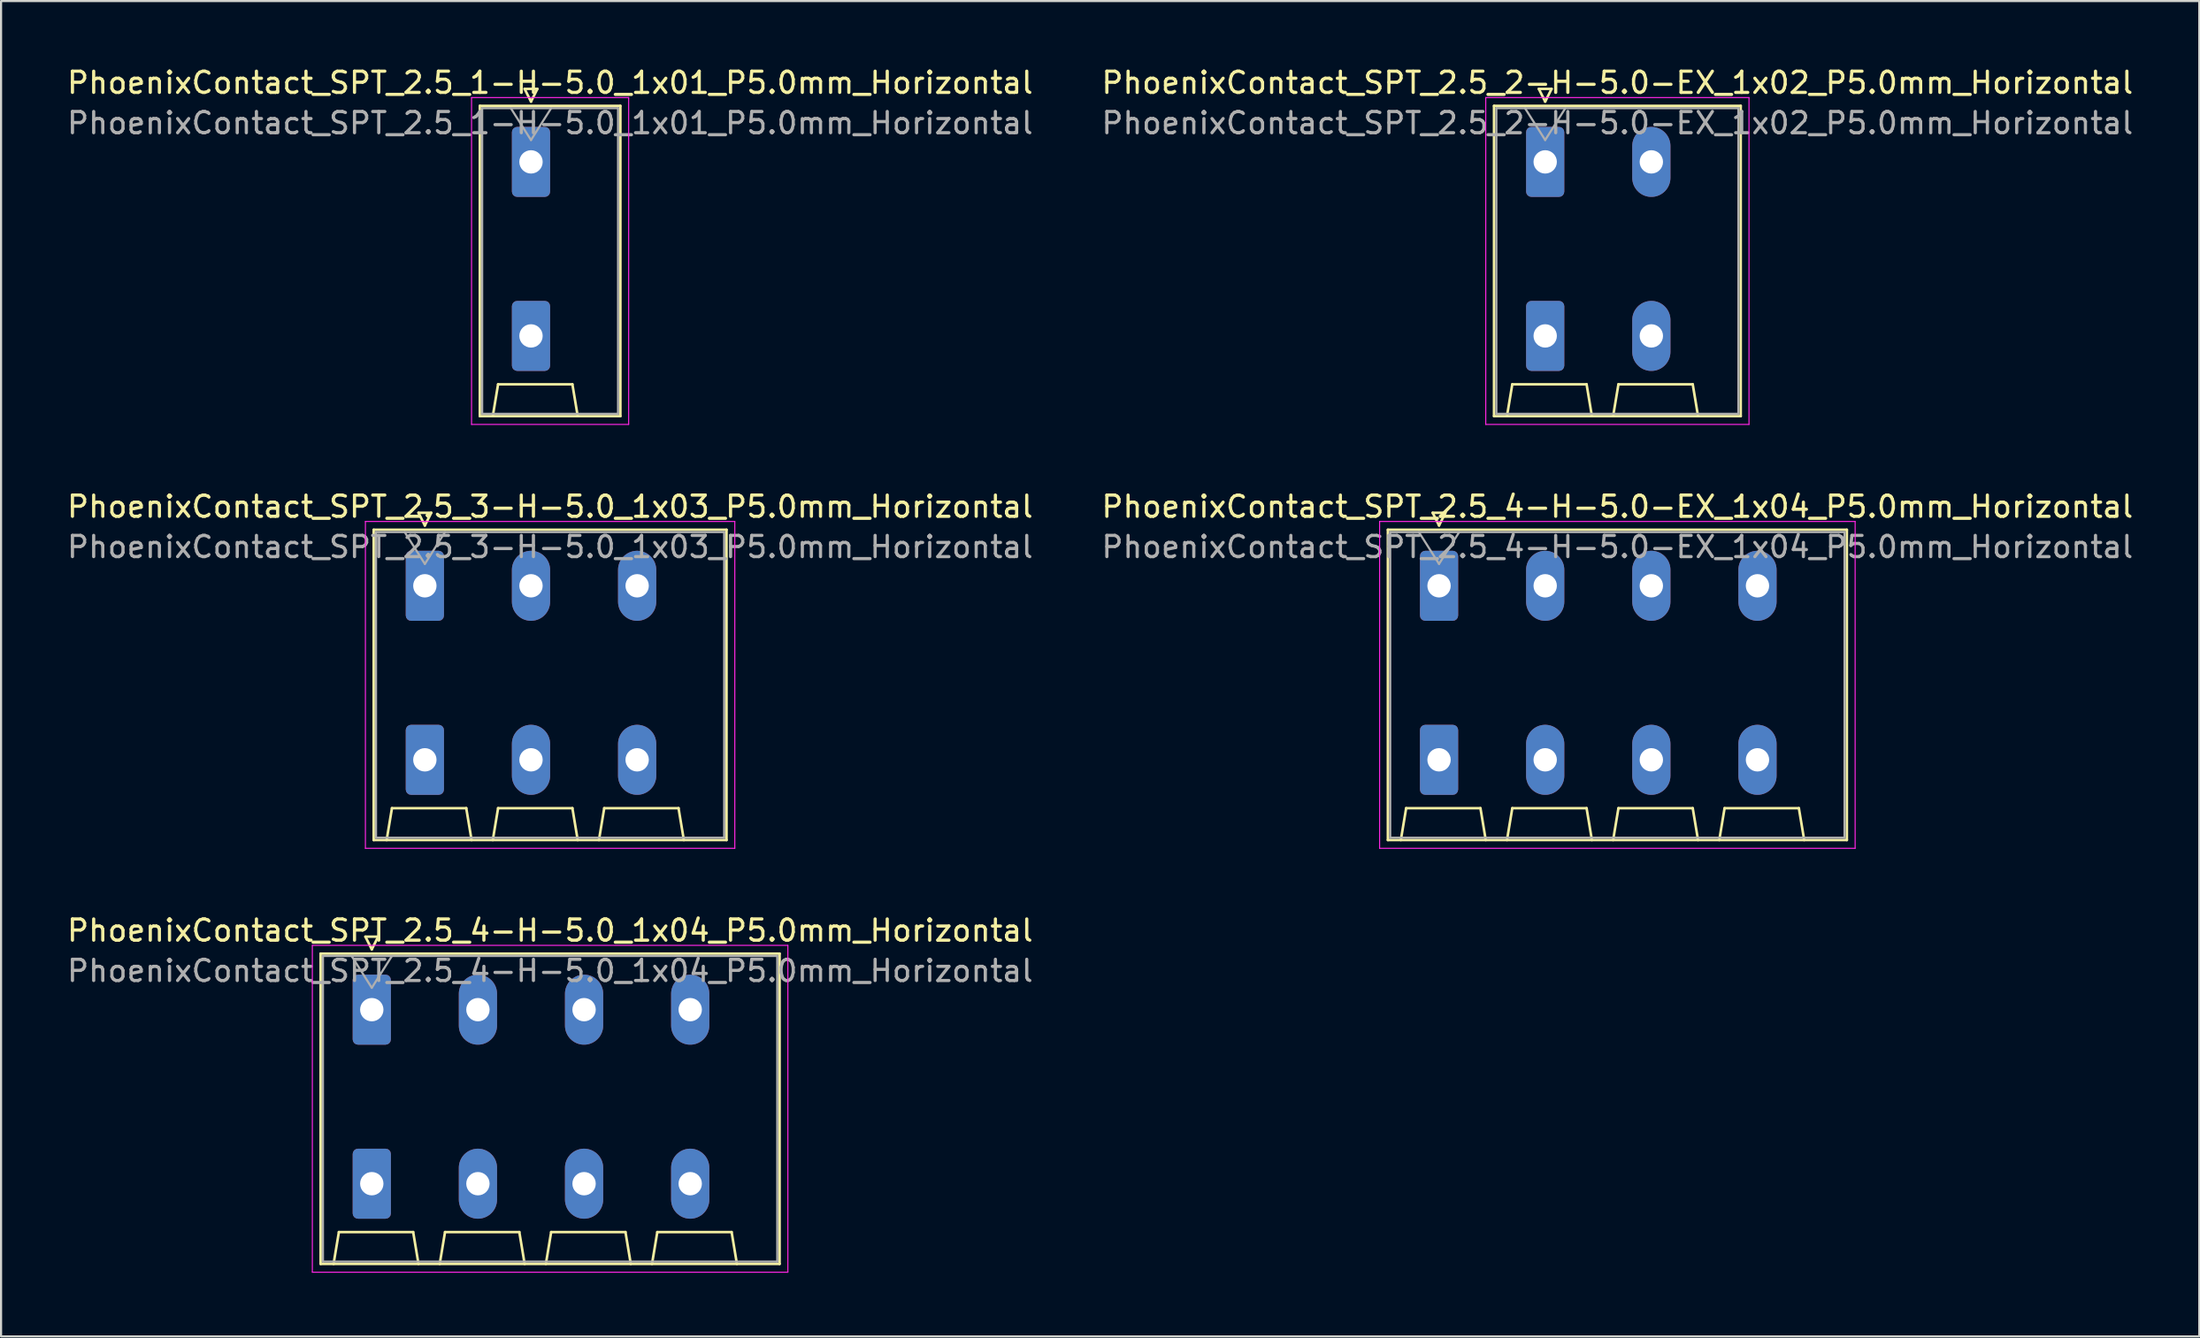
<source format=kicad_pcb>
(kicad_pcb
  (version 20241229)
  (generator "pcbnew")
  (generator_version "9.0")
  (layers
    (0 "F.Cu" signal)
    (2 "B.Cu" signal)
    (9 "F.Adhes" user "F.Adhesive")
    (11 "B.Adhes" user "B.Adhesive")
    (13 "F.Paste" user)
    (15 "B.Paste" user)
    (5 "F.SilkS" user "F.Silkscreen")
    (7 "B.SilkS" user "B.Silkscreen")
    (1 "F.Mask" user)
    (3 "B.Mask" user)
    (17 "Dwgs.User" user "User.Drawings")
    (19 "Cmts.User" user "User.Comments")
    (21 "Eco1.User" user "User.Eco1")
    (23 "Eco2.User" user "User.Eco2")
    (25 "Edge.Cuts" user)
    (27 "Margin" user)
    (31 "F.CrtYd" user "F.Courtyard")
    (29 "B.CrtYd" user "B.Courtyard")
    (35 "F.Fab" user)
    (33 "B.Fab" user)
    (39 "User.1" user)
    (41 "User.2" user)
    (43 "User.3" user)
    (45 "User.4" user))
  (footprint "PhoenixContact_SPT_2.5_1-H-5.0_1x01_P5.0mm_Horizontal"
    (layer "F.Cu")
    (at 21.963 4.578)
    (property "Reference" "PhoenixContact_SPT_2.5_1-H-5.0_1x01_P5.0mm_Horizontal" (at 0.9 -3.73 0) (layer "F.SilkS") (effects (font (size 1 1) (thickness 0.15))))
    (attr through_hole)
    (fp_line (start -2.41 -2.64) (end 4.21 -2.64) (stroke (width 0.12) (type solid)) (layer "F.SilkS"))
    (fp_line (start -2.41 11.98) (end -2.41 -2.64) (stroke (width 0.12) (type solid)) (layer "F.SilkS"))
    (fp_line (start -1.8 11.98) (end -1.55 10.48) (stroke (width 0.12) (type solid)) (layer "F.SilkS"))
    (fp_line (start -1.55 10.48) (end 1.95 10.48) (stroke (width 0.12) (type solid)) (layer "F.SilkS"))
    (fp_line (start -0.3 -3.44) (end 0 -2.84) (stroke (width 0.12) (type solid)) (layer "F.SilkS"))
    (fp_line (start -0.3 -3.44) (end 0.3 -3.44) (stroke (width 0.12) (type solid)) (layer "F.SilkS"))
    (fp_line (start 0.3 -3.44) (end 0 -2.84) (stroke (width 0.12) (type solid)) (layer "F.SilkS"))
    (fp_line (start 2.2 11.98) (end 1.95 10.48) (stroke (width 0.12) (type solid)) (layer "F.SilkS"))
    (fp_line (start 4.21 -2.64) (end 4.21 11.98) (stroke (width 0.12) (type solid)) (layer "F.SilkS"))
    (fp_line (start 4.21 11.98) (end -2.41 11.98) (stroke (width 0.12) (type solid)) (layer "F.SilkS"))
    (fp_line (start -2.8 -3.03) (end -2.8 12.37) (stroke (width 0.05) (type solid)) (layer "F.CrtYd"))
    (fp_line (start -2.8 12.37) (end 4.6 12.37) (stroke (width 0.05) (type solid)) (layer "F.CrtYd"))
    (fp_line (start 4.6 -3.03) (end -2.8 -3.03) (stroke (width 0.05) (type solid)) (layer "F.CrtYd"))
    (fp_line (start 4.6 12.37) (end 4.6 -3.03) (stroke (width 0.05) (type solid)) (layer "F.CrtYd"))
    (fp_line (start -2.3 -2.53) (end -2.3 11.87) (stroke (width 0.1) (type solid)) (layer "F.Fab"))
    (fp_line (start -2.3 11.87) (end 4.1 11.87) (stroke (width 0.1) (type solid)) (layer "F.Fab"))
    (fp_line (start -0.95 -2.53) (end 0 -1.03) (stroke (width 0.1) (type solid)) (layer "F.Fab"))
    (fp_line (start 0.95 -2.53) (end 0 -1.03) (stroke (width 0.1) (type solid)) (layer "F.Fab"))
    (fp_line (start 4.1 -2.53) (end -2.3 -2.53) (stroke (width 0.1) (type solid)) (layer "F.Fab"))
    (fp_line (start 4.1 11.87) (end 4.1 -2.53) (stroke (width 0.1) (type solid)) (layer "F.Fab"))
    (fp_text user "${REFERENCE}" (at 0.9 -1.83 0) (layer "F.Fab") (effects (font (size 1 1) (thickness 0.15))))
    (pad "1" thru_hole roundrect (at 0 0) (size 1.8 3.3) (drill 1.1) (layers "*.Cu" "*.Mask") (roundrect_rratio 0.139))
    (pad "1" thru_hole roundrect (at 0 8.2) (size 1.8 3.3) (drill 1.1) (layers "*.Cu" "*.Mask") (roundrect_rratio 0.139)))
  (footprint "PhoenixContact_SPT_2.5_2-H-5.0-EX_1x02_P5.0mm_Horizontal"
    (layer "F.Cu")
    (at 69.737 4.578)
    (property "Reference" "PhoenixContact_SPT_2.5_2-H-5.0-EX_1x02_P5.0mm_Horizontal" (at 3.4 -3.73 0) (layer "F.SilkS") (effects (font (size 1 1) (thickness 0.15))))
    (attr through_hole)
    (fp_line (start -2.41 -2.64) (end 9.21 -2.64) (stroke (width 0.12) (type solid)) (layer "F.SilkS"))
    (fp_line (start -2.41 11.98) (end -2.41 -2.64) (stroke (width 0.12) (type solid)) (layer "F.SilkS"))
    (fp_line (start -1.8 11.98) (end -1.55 10.48) (stroke (width 0.12) (type solid)) (layer "F.SilkS"))
    (fp_line (start -1.55 10.48) (end 1.95 10.48) (stroke (width 0.12) (type solid)) (layer "F.SilkS"))
    (fp_line (start -0.3 -3.44) (end 0 -2.84) (stroke (width 0.12) (type solid)) (layer "F.SilkS"))
    (fp_line (start -0.3 -3.44) (end 0.3 -3.44) (stroke (width 0.12) (type solid)) (layer "F.SilkS"))
    (fp_line (start 0.3 -3.44) (end 0 -2.84) (stroke (width 0.12) (type solid)) (layer "F.SilkS"))
    (fp_line (start 2.2 11.98) (end 1.95 10.48) (stroke (width 0.12) (type solid)) (layer "F.SilkS"))
    (fp_line (start 3.2 11.98) (end 3.45 10.48) (stroke (width 0.12) (type solid)) (layer "F.SilkS"))
    (fp_line (start 3.45 10.48) (end 6.95 10.48) (stroke (width 0.12) (type solid)) (layer "F.SilkS"))
    (fp_line (start 7.2 11.98) (end 6.95 10.48) (stroke (width 0.12) (type solid)) (layer "F.SilkS"))
    (fp_line (start 9.21 -2.64) (end 9.21 11.98) (stroke (width 0.12) (type solid)) (layer "F.SilkS"))
    (fp_line (start 9.21 11.98) (end -2.41 11.98) (stroke (width 0.12) (type solid)) (layer "F.SilkS"))
    (fp_line (start -2.8 -3.03) (end -2.8 12.37) (stroke (width 0.05) (type solid)) (layer "F.CrtYd"))
    (fp_line (start -2.8 12.37) (end 9.6 12.37) (stroke (width 0.05) (type solid)) (layer "F.CrtYd"))
    (fp_line (start 9.6 -3.03) (end -2.8 -3.03) (stroke (width 0.05) (type solid)) (layer "F.CrtYd"))
    (fp_line (start 9.6 12.37) (end 9.6 -3.03) (stroke (width 0.05) (type solid)) (layer "F.CrtYd"))
    (fp_line (start -2.3 -2.53) (end -2.3 11.87) (stroke (width 0.1) (type solid)) (layer "F.Fab"))
    (fp_line (start -2.3 11.87) (end 9.1 11.87) (stroke (width 0.1) (type solid)) (layer "F.Fab"))
    (fp_line (start -0.95 -2.53) (end 0 -1.03) (stroke (width 0.1) (type solid)) (layer "F.Fab"))
    (fp_line (start 0.95 -2.53) (end 0 -1.03) (stroke (width 0.1) (type solid)) (layer "F.Fab"))
    (fp_line (start 9.1 -2.53) (end -2.3 -2.53) (stroke (width 0.1) (type solid)) (layer "F.Fab"))
    (fp_line (start 9.1 11.87) (end 9.1 -2.53) (stroke (width 0.1) (type solid)) (layer "F.Fab"))
    (fp_text user "${REFERENCE}" (at 3.4 -1.83 0) (layer "F.Fab") (effects (font (size 1 1) (thickness 0.15))))
    (pad "1" thru_hole roundrect (at 0 0) (size 1.8 3.3) (drill 1.1) (layers "*.Cu" "*.Mask") (roundrect_rratio 0.139))
    (pad "1" thru_hole roundrect (at 0 8.2) (size 1.8 3.3) (drill 1.1) (layers "*.Cu" "*.Mask") (roundrect_rratio 0.139))
    (pad "2" thru_hole oval (at 5 0) (size 1.8 3.3) (drill 1.1) (layers "*.Cu" "*.Mask"))
    (pad "2" thru_hole oval (at 5 8.2) (size 1.8 3.3) (drill 1.1) (layers "*.Cu" "*.Mask")))
  (footprint "PhoenixContact_SPT_2.5_4-H-5.0_1x04_P5.0mm_Horizontal"
    (layer "F.Cu")
    (at 14.463 44.525)
    (property "Reference" "PhoenixContact_SPT_2.5_4-H-5.0_1x04_P5.0mm_Horizontal" (at 8.4 -3.73 0) (layer "F.SilkS") (effects (font (size 1 1) (thickness 0.15))))
    (attr through_hole)
    (fp_line (start -2.41 -2.64) (end 19.21 -2.64) (stroke (width 0.12) (type solid)) (layer "F.SilkS"))
    (fp_line (start -2.41 11.98) (end -2.41 -2.64) (stroke (width 0.12) (type solid)) (layer "F.SilkS"))
    (fp_line (start -1.8 11.98) (end -1.55 10.48) (stroke (width 0.12) (type solid)) (layer "F.SilkS"))
    (fp_line (start -1.55 10.48) (end 1.95 10.48) (stroke (width 0.12) (type solid)) (layer "F.SilkS"))
    (fp_line (start -0.3 -3.44) (end 0 -2.84) (stroke (width 0.12) (type solid)) (layer "F.SilkS"))
    (fp_line (start -0.3 -3.44) (end 0.3 -3.44) (stroke (width 0.12) (type solid)) (layer "F.SilkS"))
    (fp_line (start 0.3 -3.44) (end 0 -2.84) (stroke (width 0.12) (type solid)) (layer "F.SilkS"))
    (fp_line (start 2.2 11.98) (end 1.95 10.48) (stroke (width 0.12) (type solid)) (layer "F.SilkS"))
    (fp_line (start 3.2 11.98) (end 3.45 10.48) (stroke (width 0.12) (type solid)) (layer "F.SilkS"))
    (fp_line (start 3.45 10.48) (end 6.95 10.48) (stroke (width 0.12) (type solid)) (layer "F.SilkS"))
    (fp_line (start 7.2 11.98) (end 6.95 10.48) (stroke (width 0.12) (type solid)) (layer "F.SilkS"))
    (fp_line (start 8.2 11.98) (end 8.45 10.48) (stroke (width 0.12) (type solid)) (layer "F.SilkS"))
    (fp_line (start 8.45 10.48) (end 11.95 10.48) (stroke (width 0.12) (type solid)) (layer "F.SilkS"))
    (fp_line (start 12.2 11.98) (end 11.95 10.48) (stroke (width 0.12) (type solid)) (layer "F.SilkS"))
    (fp_line (start 13.2 11.98) (end 13.45 10.48) (stroke (width 0.12) (type solid)) (layer "F.SilkS"))
    (fp_line (start 13.45 10.48) (end 16.95 10.48) (stroke (width 0.12) (type solid)) (layer "F.SilkS"))
    (fp_line (start 17.2 11.98) (end 16.95 10.48) (stroke (width 0.12) (type solid)) (layer "F.SilkS"))
    (fp_line (start 19.21 -2.64) (end 19.21 11.98) (stroke (width 0.12) (type solid)) (layer "F.SilkS"))
    (fp_line (start 19.21 11.98) (end -2.41 11.98) (stroke (width 0.12) (type solid)) (layer "F.SilkS"))
    (fp_line (start -2.8 -3.03) (end -2.8 12.37) (stroke (width 0.05) (type solid)) (layer "F.CrtYd"))
    (fp_line (start -2.8 12.37) (end 19.6 12.37) (stroke (width 0.05) (type solid)) (layer "F.CrtYd"))
    (fp_line (start 19.6 -3.03) (end -2.8 -3.03) (stroke (width 0.05) (type solid)) (layer "F.CrtYd"))
    (fp_line (start 19.6 12.37) (end 19.6 -3.03) (stroke (width 0.05) (type solid)) (layer "F.CrtYd"))
    (fp_line (start -2.3 -2.53) (end -2.3 11.87) (stroke (width 0.1) (type solid)) (layer "F.Fab"))
    (fp_line (start -2.3 11.87) (end 19.1 11.87) (stroke (width 0.1) (type solid)) (layer "F.Fab"))
    (fp_line (start -0.95 -2.53) (end 0 -1.03) (stroke (width 0.1) (type solid)) (layer "F.Fab"))
    (fp_line (start 0.95 -2.53) (end 0 -1.03) (stroke (width 0.1) (type solid)) (layer "F.Fab"))
    (fp_line (start 19.1 -2.53) (end -2.3 -2.53) (stroke (width 0.1) (type solid)) (layer "F.Fab"))
    (fp_line (start 19.1 11.87) (end 19.1 -2.53) (stroke (width 0.1) (type solid)) (layer "F.Fab"))
    (fp_text user "${REFERENCE}" (at 8.4 -1.83 0) (layer "F.Fab") (effects (font (size 1 1) (thickness 0.15))))
    (pad "1" thru_hole roundrect (at 0 0) (size 1.8 3.3) (drill 1.1) (layers "*.Cu" "*.Mask") (roundrect_rratio 0.139))
    (pad "1" thru_hole roundrect (at 0 8.2) (size 1.8 3.3) (drill 1.1) (layers "*.Cu" "*.Mask") (roundrect_rratio 0.139))
    (pad "2" thru_hole oval (at 5 0) (size 1.8 3.3) (drill 1.1) (layers "*.Cu" "*.Mask"))
    (pad "2" thru_hole oval (at 5 8.2) (size 1.8 3.3) (drill 1.1) (layers "*.Cu" "*.Mask"))
    (pad "3" thru_hole oval (at 10 0) (size 1.8 3.3) (drill 1.1) (layers "*.Cu" "*.Mask"))
    (pad "3" thru_hole oval (at 10 8.2) (size 1.8 3.3) (drill 1.1) (layers "*.Cu" "*.Mask"))
    (pad "4" thru_hole oval (at 15 0) (size 1.8 3.3) (drill 1.1) (layers "*.Cu" "*.Mask"))
    (pad "4" thru_hole oval (at 15 8.2) (size 1.8 3.3) (drill 1.1) (layers "*.Cu" "*.Mask")))
  (footprint "PhoenixContact_SPT_2.5_3-H-5.0_1x03_P5.0mm_Horizontal"
    (layer "F.Cu")
    (at 16.963 24.552)
    (property "Reference" "PhoenixContact_SPT_2.5_3-H-5.0_1x03_P5.0mm_Horizontal" (at 5.9 -3.73 0) (layer "F.SilkS") (effects (font (size 1 1) (thickness 0.15))))
    (attr through_hole)
    (fp_line (start -2.41 -2.64) (end 14.21 -2.64) (stroke (width 0.12) (type solid)) (layer "F.SilkS"))
    (fp_line (start -2.41 11.98) (end -2.41 -2.64) (stroke (width 0.12) (type solid)) (layer "F.SilkS"))
    (fp_line (start -1.8 11.98) (end -1.55 10.48) (stroke (width 0.12) (type solid)) (layer "F.SilkS"))
    (fp_line (start -1.55 10.48) (end 1.95 10.48) (stroke (width 0.12) (type solid)) (layer "F.SilkS"))
    (fp_line (start -0.3 -3.44) (end 0 -2.84) (stroke (width 0.12) (type solid)) (layer "F.SilkS"))
    (fp_line (start -0.3 -3.44) (end 0.3 -3.44) (stroke (width 0.12) (type solid)) (layer "F.SilkS"))
    (fp_line (start 0.3 -3.44) (end 0 -2.84) (stroke (width 0.12) (type solid)) (layer "F.SilkS"))
    (fp_line (start 2.2 11.98) (end 1.95 10.48) (stroke (width 0.12) (type solid)) (layer "F.SilkS"))
    (fp_line (start 3.2 11.98) (end 3.45 10.48) (stroke (width 0.12) (type solid)) (layer "F.SilkS"))
    (fp_line (start 3.45 10.48) (end 6.95 10.48) (stroke (width 0.12) (type solid)) (layer "F.SilkS"))
    (fp_line (start 7.2 11.98) (end 6.95 10.48) (stroke (width 0.12) (type solid)) (layer "F.SilkS"))
    (fp_line (start 8.2 11.98) (end 8.45 10.48) (stroke (width 0.12) (type solid)) (layer "F.SilkS"))
    (fp_line (start 8.45 10.48) (end 11.95 10.48) (stroke (width 0.12) (type solid)) (layer "F.SilkS"))
    (fp_line (start 12.2 11.98) (end 11.95 10.48) (stroke (width 0.12) (type solid)) (layer "F.SilkS"))
    (fp_line (start 14.21 -2.64) (end 14.21 11.98) (stroke (width 0.12) (type solid)) (layer "F.SilkS"))
    (fp_line (start 14.21 11.98) (end -2.41 11.98) (stroke (width 0.12) (type solid)) (layer "F.SilkS"))
    (fp_line (start -2.8 -3.03) (end -2.8 12.37) (stroke (width 0.05) (type solid)) (layer "F.CrtYd"))
    (fp_line (start -2.8 12.37) (end 14.6 12.37) (stroke (width 0.05) (type solid)) (layer "F.CrtYd"))
    (fp_line (start 14.6 -3.03) (end -2.8 -3.03) (stroke (width 0.05) (type solid)) (layer "F.CrtYd"))
    (fp_line (start 14.6 12.37) (end 14.6 -3.03) (stroke (width 0.05) (type solid)) (layer "F.CrtYd"))
    (fp_line (start -2.3 -2.53) (end -2.3 11.87) (stroke (width 0.1) (type solid)) (layer "F.Fab"))
    (fp_line (start -2.3 11.87) (end 14.1 11.87) (stroke (width 0.1) (type solid)) (layer "F.Fab"))
    (fp_line (start -0.95 -2.53) (end 0 -1.03) (stroke (width 0.1) (type solid)) (layer "F.Fab"))
    (fp_line (start 0.95 -2.53) (end 0 -1.03) (stroke (width 0.1) (type solid)) (layer "F.Fab"))
    (fp_line (start 14.1 -2.53) (end -2.3 -2.53) (stroke (width 0.1) (type solid)) (layer "F.Fab"))
    (fp_line (start 14.1 11.87) (end 14.1 -2.53) (stroke (width 0.1) (type solid)) (layer "F.Fab"))
    (fp_text user "${REFERENCE}" (at 5.9 -1.83 0) (layer "F.Fab") (effects (font (size 1 1) (thickness 0.15))))
    (pad "1" thru_hole roundrect (at 0 0) (size 1.8 3.3) (drill 1.1) (layers "*.Cu" "*.Mask") (roundrect_rratio 0.139))
    (pad "1" thru_hole roundrect (at 0 8.2) (size 1.8 3.3) (drill 1.1) (layers "*.Cu" "*.Mask") (roundrect_rratio 0.139))
    (pad "2" thru_hole oval (at 5 0) (size 1.8 3.3) (drill 1.1) (layers "*.Cu" "*.Mask"))
    (pad "2" thru_hole oval (at 5 8.2) (size 1.8 3.3) (drill 1.1) (layers "*.Cu" "*.Mask"))
    (pad "3" thru_hole oval (at 10 0) (size 1.8 3.3) (drill 1.1) (layers "*.Cu" "*.Mask"))
    (pad "3" thru_hole oval (at 10 8.2) (size 1.8 3.3) (drill 1.1) (layers "*.Cu" "*.Mask")))
  (footprint "PhoenixContact_SPT_2.5_4-H-5.0-EX_1x04_P5.0mm_Horizontal"
    (layer "F.Cu")
    (at 64.737 24.552)
    (property "Reference" "PhoenixContact_SPT_2.5_4-H-5.0-EX_1x04_P5.0mm_Horizontal" (at 8.4 -3.73 0) (layer "F.SilkS") (effects (font (size 1 1) (thickness 0.15))))
    (attr through_hole)
    (fp_line (start -2.41 -2.64) (end 19.21 -2.64) (stroke (width 0.12) (type solid)) (layer "F.SilkS"))
    (fp_line (start -2.41 11.98) (end -2.41 -2.64) (stroke (width 0.12) (type solid)) (layer "F.SilkS"))
    (fp_line (start -1.8 11.98) (end -1.55 10.48) (stroke (width 0.12) (type solid)) (layer "F.SilkS"))
    (fp_line (start -1.55 10.48) (end 1.95 10.48) (stroke (width 0.12) (type solid)) (layer "F.SilkS"))
    (fp_line (start -0.3 -3.44) (end 0 -2.84) (stroke (width 0.12) (type solid)) (layer "F.SilkS"))
    (fp_line (start -0.3 -3.44) (end 0.3 -3.44) (stroke (width 0.12) (type solid)) (layer "F.SilkS"))
    (fp_line (start 0.3 -3.44) (end 0 -2.84) (stroke (width 0.12) (type solid)) (layer "F.SilkS"))
    (fp_line (start 2.2 11.98) (end 1.95 10.48) (stroke (width 0.12) (type solid)) (layer "F.SilkS"))
    (fp_line (start 3.2 11.98) (end 3.45 10.48) (stroke (width 0.12) (type solid)) (layer "F.SilkS"))
    (fp_line (start 3.45 10.48) (end 6.95 10.48) (stroke (width 0.12) (type solid)) (layer "F.SilkS"))
    (fp_line (start 7.2 11.98) (end 6.95 10.48) (stroke (width 0.12) (type solid)) (layer "F.SilkS"))
    (fp_line (start 8.2 11.98) (end 8.45 10.48) (stroke (width 0.12) (type solid)) (layer "F.SilkS"))
    (fp_line (start 8.45 10.48) (end 11.95 10.48) (stroke (width 0.12) (type solid)) (layer "F.SilkS"))
    (fp_line (start 12.2 11.98) (end 11.95 10.48) (stroke (width 0.12) (type solid)) (layer "F.SilkS"))
    (fp_line (start 13.2 11.98) (end 13.45 10.48) (stroke (width 0.12) (type solid)) (layer "F.SilkS"))
    (fp_line (start 13.45 10.48) (end 16.95 10.48) (stroke (width 0.12) (type solid)) (layer "F.SilkS"))
    (fp_line (start 17.2 11.98) (end 16.95 10.48) (stroke (width 0.12) (type solid)) (layer "F.SilkS"))
    (fp_line (start 19.21 -2.64) (end 19.21 11.98) (stroke (width 0.12) (type solid)) (layer "F.SilkS"))
    (fp_line (start 19.21 11.98) (end -2.41 11.98) (stroke (width 0.12) (type solid)) (layer "F.SilkS"))
    (fp_line (start -2.8 -3.03) (end -2.8 12.37) (stroke (width 0.05) (type solid)) (layer "F.CrtYd"))
    (fp_line (start -2.8 12.37) (end 19.6 12.37) (stroke (width 0.05) (type solid)) (layer "F.CrtYd"))
    (fp_line (start 19.6 -3.03) (end -2.8 -3.03) (stroke (width 0.05) (type solid)) (layer "F.CrtYd"))
    (fp_line (start 19.6 12.37) (end 19.6 -3.03) (stroke (width 0.05) (type solid)) (layer "F.CrtYd"))
    (fp_line (start -2.3 -2.53) (end -2.3 11.87) (stroke (width 0.1) (type solid)) (layer "F.Fab"))
    (fp_line (start -2.3 11.87) (end 19.1 11.87) (stroke (width 0.1) (type solid)) (layer "F.Fab"))
    (fp_line (start -0.95 -2.53) (end 0 -1.03) (stroke (width 0.1) (type solid)) (layer "F.Fab"))
    (fp_line (start 0.95 -2.53) (end 0 -1.03) (stroke (width 0.1) (type solid)) (layer "F.Fab"))
    (fp_line (start 19.1 -2.53) (end -2.3 -2.53) (stroke (width 0.1) (type solid)) (layer "F.Fab"))
    (fp_line (start 19.1 11.87) (end 19.1 -2.53) (stroke (width 0.1) (type solid)) (layer "F.Fab"))
    (fp_text user "${REFERENCE}" (at 8.4 -1.83 0) (layer "F.Fab") (effects (font (size 1 1) (thickness 0.15))))
    (pad "1" thru_hole roundrect (at 0 0) (size 1.8 3.3) (drill 1.1) (layers "*.Cu" "*.Mask") (roundrect_rratio 0.139))
    (pad "1" thru_hole roundrect (at 0 8.2) (size 1.8 3.3) (drill 1.1) (layers "*.Cu" "*.Mask") (roundrect_rratio 0.139))
    (pad "2" thru_hole oval (at 5 0) (size 1.8 3.3) (drill 1.1) (layers "*.Cu" "*.Mask"))
    (pad "2" thru_hole oval (at 5 8.2) (size 1.8 3.3) (drill 1.1) (layers "*.Cu" "*.Mask"))
    (pad "3" thru_hole oval (at 10 0) (size 1.8 3.3) (drill 1.1) (layers "*.Cu" "*.Mask"))
    (pad "3" thru_hole oval (at 10 8.2) (size 1.8 3.3) (drill 1.1) (layers "*.Cu" "*.Mask"))
    (pad "4" thru_hole oval (at 15 0) (size 1.8 3.3) (drill 1.1) (layers "*.Cu" "*.Mask"))
    (pad "4" thru_hole oval (at 15 8.2) (size 1.8 3.3) (drill 1.1) (layers "*.Cu" "*.Mask")))
  (gr_rect
    (start -3 -3)
    (end 100.548 59.92)
    (stroke (width 0.1) (type default))
    (fill no)
    (layer "Edge.Cuts")))
</source>
